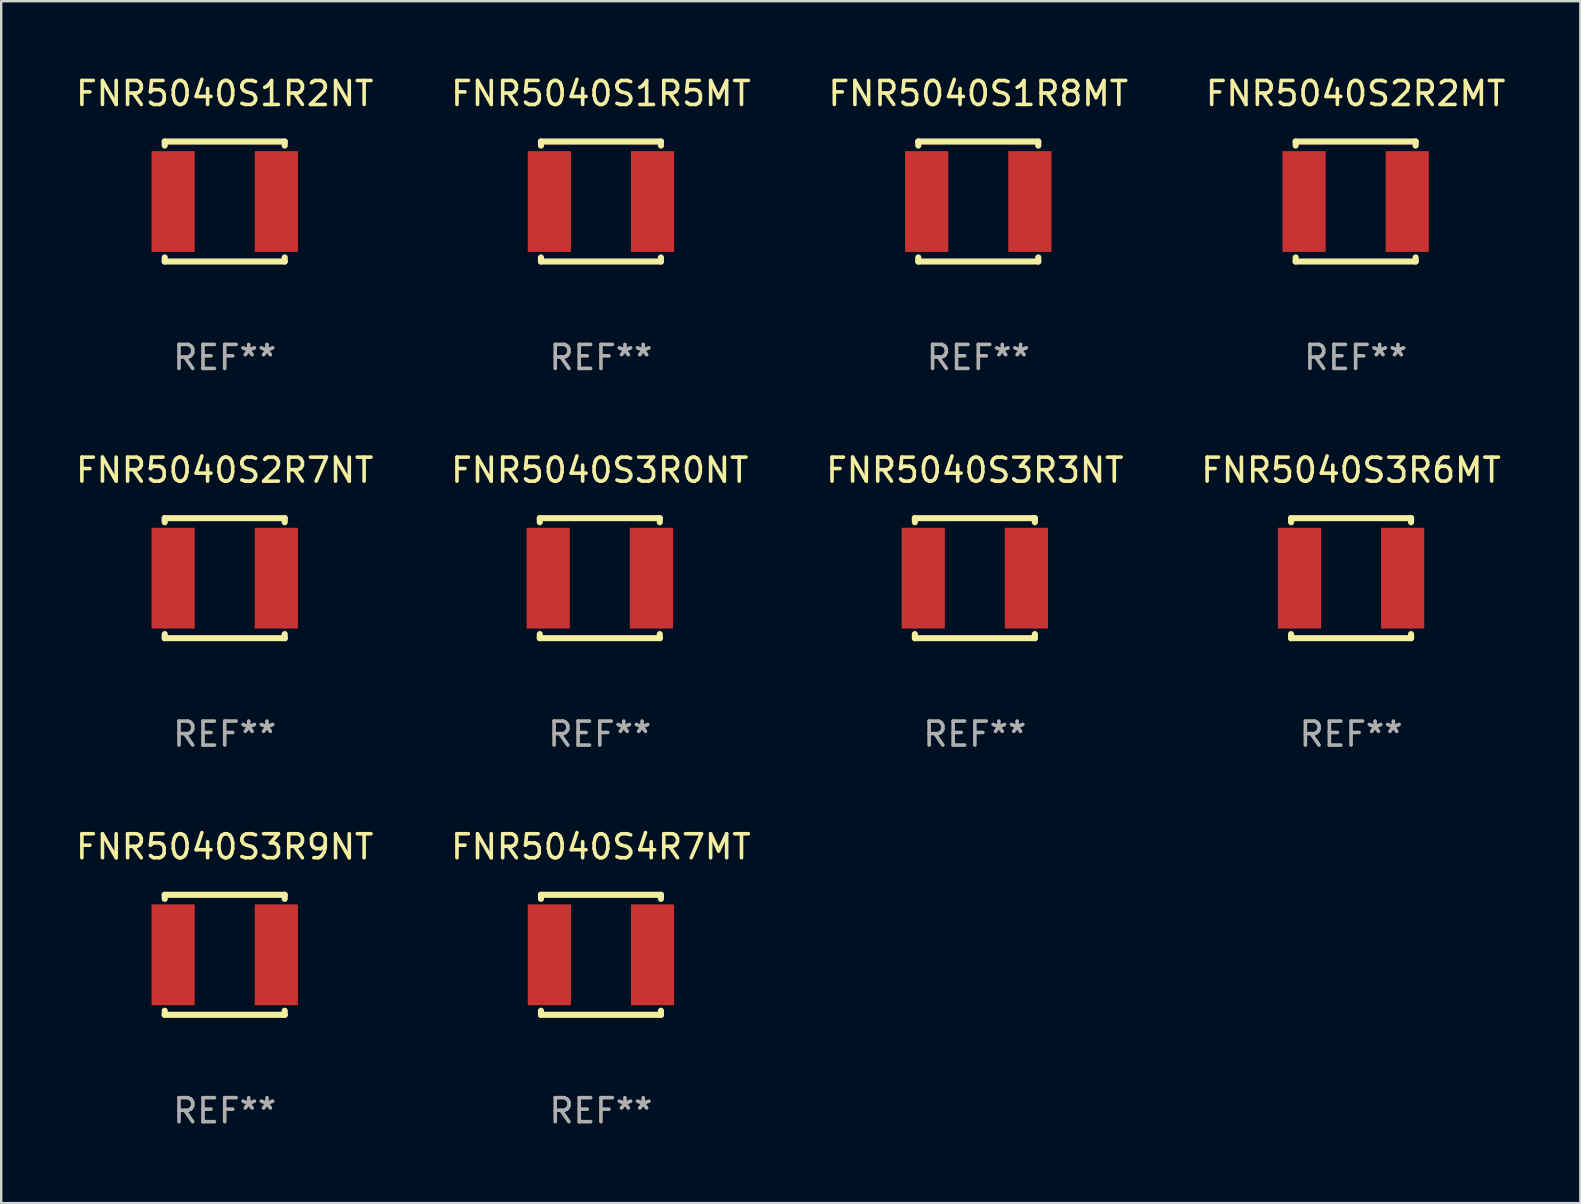
<source format=kicad_pcb>
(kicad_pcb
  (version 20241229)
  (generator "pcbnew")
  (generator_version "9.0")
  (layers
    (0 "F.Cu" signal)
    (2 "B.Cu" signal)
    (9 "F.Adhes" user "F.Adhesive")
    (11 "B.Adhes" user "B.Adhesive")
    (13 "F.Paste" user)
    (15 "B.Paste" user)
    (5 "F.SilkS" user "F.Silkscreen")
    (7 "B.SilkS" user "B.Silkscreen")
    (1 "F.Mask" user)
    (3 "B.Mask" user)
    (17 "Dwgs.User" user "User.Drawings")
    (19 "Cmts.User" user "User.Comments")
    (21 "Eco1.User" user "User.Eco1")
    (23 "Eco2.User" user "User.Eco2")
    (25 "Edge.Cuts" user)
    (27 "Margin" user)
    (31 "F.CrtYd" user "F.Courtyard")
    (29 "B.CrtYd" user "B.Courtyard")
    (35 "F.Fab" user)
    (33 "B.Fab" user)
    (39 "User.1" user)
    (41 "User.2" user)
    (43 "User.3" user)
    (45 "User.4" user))
  (footprint "FNR5040S1R5MT"
    (layer "F.Cu")
    (at 21.994 5.348)
    (property "Reference" "FNR5040S1R5MT" (at 0 -4.5 0) (layer "F.SilkS") (effects (font (size 1 1) (thickness 0.15))))
    (attr through_hole)
    (fp_line (start -2.5 -2.5) (end -2.5 -2.331) (stroke (width 0.254) (type solid)) (layer "F.SilkS"))
    (fp_line (start -2.5 -2.5) (end 2.5 -2.5) (stroke (width 0.254) (type solid)) (layer "F.SilkS"))
    (fp_line (start -2.5 2.331) (end -2.5 2.5) (stroke (width 0.254) (type solid)) (layer "F.SilkS"))
    (fp_line (start -2.5 2.5) (end 2.5 2.5) (stroke (width 0.254) (type solid)) (layer "F.SilkS"))
    (fp_line (start 2.5 -2.331) (end 2.5 -2.5) (stroke (width 0.254) (type solid)) (layer "F.SilkS"))
    (fp_line (start 2.5 2.5) (end 2.5 2.331) (stroke (width 0.254) (type solid)) (layer "F.SilkS"))
    (fp_circle (center -2.5 2.5) (end -2.47 2.5) (stroke (width 0.06) (type solid)) (fill no) (layer "F.SilkS"))
    (fp_text user "REF**" (at 0 6.5 0) (layer "F.Fab") (effects (font (size 1 1) (thickness 0.15))))
    (pad "1" smd rect (at -2.15 0) (size 1.8 4.2) (layers "F.Cu" "F.Mask" "F.Paste"))
    (pad "2" smd rect (at 2.15 0) (size 1.8 4.2) (layers "F.Cu" "F.Mask" "F.Paste")))
  (footprint "FNR5040S3R6MT"
    (layer "F.Cu")
    (at 53.256 21.045)
    (property "Reference" "FNR5040S3R6MT" (at 0 -4.5 0) (layer "F.SilkS") (effects (font (size 1 1) (thickness 0.15))))
    (attr through_hole)
    (fp_line (start -2.5 -2.5) (end -2.5 -2.331) (stroke (width 0.254) (type solid)) (layer "F.SilkS"))
    (fp_line (start -2.5 -2.5) (end 2.5 -2.5) (stroke (width 0.254) (type solid)) (layer "F.SilkS"))
    (fp_line (start -2.5 2.331) (end -2.5 2.5) (stroke (width 0.254) (type solid)) (layer "F.SilkS"))
    (fp_line (start -2.5 2.5) (end 2.5 2.5) (stroke (width 0.254) (type solid)) (layer "F.SilkS"))
    (fp_line (start 2.5 -2.331) (end 2.5 -2.5) (stroke (width 0.254) (type solid)) (layer "F.SilkS"))
    (fp_line (start 2.5 2.5) (end 2.5 2.331) (stroke (width 0.254) (type solid)) (layer "F.SilkS"))
    (fp_circle (center -2.5 2.5) (end -2.47 2.5) (stroke (width 0.06) (type solid)) (fill no) (layer "F.SilkS"))
    (fp_text user "REF**" (at 0 6.5 0) (layer "F.Fab") (effects (font (size 1 1) (thickness 0.15))))
    (pad "1" smd rect (at -2.15 0) (size 1.8 4.2) (layers "F.Cu" "F.Mask" "F.Paste"))
    (pad "2" smd rect (at 2.15 0) (size 1.8 4.2) (layers "F.Cu" "F.Mask" "F.Paste")))
  (footprint "FNR5040S1R8MT"
    (layer "F.Cu")
    (at 37.72 5.348)
    (property "Reference" "FNR5040S1R8MT" (at 0 -4.5 0) (layer "F.SilkS") (effects (font (size 1 1) (thickness 0.15))))
    (attr through_hole)
    (fp_line (start -2.5 -2.5) (end -2.5 -2.331) (stroke (width 0.254) (type solid)) (layer "F.SilkS"))
    (fp_line (start -2.5 -2.5) (end 2.5 -2.5) (stroke (width 0.254) (type solid)) (layer "F.SilkS"))
    (fp_line (start -2.5 2.331) (end -2.5 2.5) (stroke (width 0.254) (type solid)) (layer "F.SilkS"))
    (fp_line (start -2.5 2.5) (end 2.5 2.5) (stroke (width 0.254) (type solid)) (layer "F.SilkS"))
    (fp_line (start 2.5 -2.331) (end 2.5 -2.5) (stroke (width 0.254) (type solid)) (layer "F.SilkS"))
    (fp_line (start 2.5 2.5) (end 2.5 2.331) (stroke (width 0.254) (type solid)) (layer "F.SilkS"))
    (fp_circle (center -2.5 2.5) (end -2.47 2.5) (stroke (width 0.06) (type solid)) (fill no) (layer "F.SilkS"))
    (fp_text user "REF**" (at 0 6.5 0) (layer "F.Fab") (effects (font (size 1 1) (thickness 0.15))))
    (pad "1" smd rect (at -2.15 0) (size 1.8 4.2) (layers "F.Cu" "F.Mask" "F.Paste"))
    (pad "2" smd rect (at 2.15 0) (size 1.8 4.2) (layers "F.Cu" "F.Mask" "F.Paste")))
  (footprint "FNR5040S3R3NT"
    (layer "F.Cu")
    (at 37.577 21.045)
    (property "Reference" "FNR5040S3R3NT" (at 0 -4.5 0) (layer "F.SilkS") (effects (font (size 1 1) (thickness 0.15))))
    (attr through_hole)
    (fp_line (start -2.5 -2.5) (end -2.5 -2.331) (stroke (width 0.254) (type solid)) (layer "F.SilkS"))
    (fp_line (start -2.5 -2.5) (end 2.5 -2.5) (stroke (width 0.254) (type solid)) (layer "F.SilkS"))
    (fp_line (start -2.5 2.331) (end -2.5 2.5) (stroke (width 0.254) (type solid)) (layer "F.SilkS"))
    (fp_line (start -2.5 2.5) (end 2.5 2.5) (stroke (width 0.254) (type solid)) (layer "F.SilkS"))
    (fp_line (start 2.5 -2.331) (end 2.5 -2.5) (stroke (width 0.254) (type solid)) (layer "F.SilkS"))
    (fp_line (start 2.5 2.5) (end 2.5 2.331) (stroke (width 0.254) (type solid)) (layer "F.SilkS"))
    (fp_circle (center -2.5 2.5) (end -2.47 2.5) (stroke (width 0.06) (type solid)) (fill no) (layer "F.SilkS"))
    (fp_text user "REF**" (at 0 6.5 0) (layer "F.Fab") (effects (font (size 1 1) (thickness 0.15))))
    (pad "1" smd rect (at -2.15 0) (size 1.8 4.2) (layers "F.Cu" "F.Mask" "F.Paste"))
    (pad "2" smd rect (at 2.15 0) (size 1.8 4.2) (layers "F.Cu" "F.Mask" "F.Paste")))
  (footprint "FNR5040S2R2MT"
    (layer "F.Cu")
    (at 53.446 5.348)
    (property "Reference" "FNR5040S2R2MT" (at 0 -4.5 0) (layer "F.SilkS") (effects (font (size 1 1) (thickness 0.15))))
    (attr through_hole)
    (fp_line (start -2.5 -2.5) (end -2.5 -2.331) (stroke (width 0.254) (type solid)) (layer "F.SilkS"))
    (fp_line (start -2.5 -2.5) (end 2.5 -2.5) (stroke (width 0.254) (type solid)) (layer "F.SilkS"))
    (fp_line (start -2.5 2.331) (end -2.5 2.5) (stroke (width 0.254) (type solid)) (layer "F.SilkS"))
    (fp_line (start -2.5 2.5) (end 2.5 2.5) (stroke (width 0.254) (type solid)) (layer "F.SilkS"))
    (fp_line (start 2.5 -2.331) (end 2.5 -2.5) (stroke (width 0.254) (type solid)) (layer "F.SilkS"))
    (fp_line (start 2.5 2.5) (end 2.5 2.331) (stroke (width 0.254) (type solid)) (layer "F.SilkS"))
    (fp_circle (center -2.5 2.5) (end -2.47 2.5) (stroke (width 0.06) (type solid)) (fill no) (layer "F.SilkS"))
    (fp_text user "REF**" (at 0 6.5 0) (layer "F.Fab") (effects (font (size 1 1) (thickness 0.15))))
    (pad "1" smd rect (at -2.15 0) (size 1.8 4.2) (layers "F.Cu" "F.Mask" "F.Paste"))
    (pad "2" smd rect (at 2.15 0) (size 1.8 4.2) (layers "F.Cu" "F.Mask" "F.Paste")))
  (footprint "FNR5040S4R7MT"
    (layer "F.Cu")
    (at 21.994 36.741)
    (property "Reference" "FNR5040S4R7MT" (at 0 -4.5 0) (layer "F.SilkS") (effects (font (size 1 1) (thickness 0.15))))
    (attr through_hole)
    (fp_line (start -2.5 -2.5) (end -2.5 -2.331) (stroke (width 0.254) (type solid)) (layer "F.SilkS"))
    (fp_line (start -2.5 -2.5) (end 2.5 -2.5) (stroke (width 0.254) (type solid)) (layer "F.SilkS"))
    (fp_line (start -2.5 2.331) (end -2.5 2.5) (stroke (width 0.254) (type solid)) (layer "F.SilkS"))
    (fp_line (start -2.5 2.5) (end 2.5 2.5) (stroke (width 0.254) (type solid)) (layer "F.SilkS"))
    (fp_line (start 2.5 -2.331) (end 2.5 -2.5) (stroke (width 0.254) (type solid)) (layer "F.SilkS"))
    (fp_line (start 2.5 2.5) (end 2.5 2.331) (stroke (width 0.254) (type solid)) (layer "F.SilkS"))
    (fp_circle (center -2.5 2.5) (end -2.47 2.5) (stroke (width 0.06) (type solid)) (fill no) (layer "F.SilkS"))
    (fp_text user "REF**" (at 0 6.5 0) (layer "F.Fab") (effects (font (size 1 1) (thickness 0.15))))
    (pad "1" smd rect (at -2.15 0) (size 1.8 4.2) (layers "F.Cu" "F.Mask" "F.Paste"))
    (pad "2" smd rect (at 2.15 0) (size 1.8 4.2) (layers "F.Cu" "F.Mask" "F.Paste")))
  (footprint "FNR5040S2R7NT"
    (layer "F.Cu")
    (at 6.315 21.045)
    (property "Reference" "FNR5040S2R7NT" (at 0 -4.5 0) (layer "F.SilkS") (effects (font (size 1 1) (thickness 0.15))))
    (attr through_hole)
    (fp_line (start -2.5 -2.5) (end -2.5 -2.331) (stroke (width 0.254) (type solid)) (layer "F.SilkS"))
    (fp_line (start -2.5 -2.5) (end 2.5 -2.5) (stroke (width 0.254) (type solid)) (layer "F.SilkS"))
    (fp_line (start -2.5 2.331) (end -2.5 2.5) (stroke (width 0.254) (type solid)) (layer "F.SilkS"))
    (fp_line (start -2.5 2.5) (end 2.5 2.5) (stroke (width 0.254) (type solid)) (layer "F.SilkS"))
    (fp_line (start 2.5 -2.331) (end 2.5 -2.5) (stroke (width 0.254) (type solid)) (layer "F.SilkS"))
    (fp_line (start 2.5 2.5) (end 2.5 2.331) (stroke (width 0.254) (type solid)) (layer "F.SilkS"))
    (fp_circle (center -2.5 2.5) (end -2.47 2.5) (stroke (width 0.06) (type solid)) (fill no) (layer "F.SilkS"))
    (fp_text user "REF**" (at 0 6.5 0) (layer "F.Fab") (effects (font (size 1 1) (thickness 0.15))))
    (pad "1" smd rect (at -2.15 0) (size 1.8 4.2) (layers "F.Cu" "F.Mask" "F.Paste"))
    (pad "2" smd rect (at 2.15 0) (size 1.8 4.2) (layers "F.Cu" "F.Mask" "F.Paste")))
  (footprint "FNR5040S3R0NT"
    (layer "F.Cu")
    (at 21.946 21.045)
    (property "Reference" "FNR5040S3R0NT" (at 0 -4.5 0) (layer "F.SilkS") (effects (font (size 1 1) (thickness 0.15))))
    (attr through_hole)
    (fp_line (start -2.5 -2.5) (end -2.5 -2.331) (stroke (width 0.254) (type solid)) (layer "F.SilkS"))
    (fp_line (start -2.5 -2.5) (end 2.5 -2.5) (stroke (width 0.254) (type solid)) (layer "F.SilkS"))
    (fp_line (start -2.5 2.331) (end -2.5 2.5) (stroke (width 0.254) (type solid)) (layer "F.SilkS"))
    (fp_line (start -2.5 2.5) (end 2.5 2.5) (stroke (width 0.254) (type solid)) (layer "F.SilkS"))
    (fp_line (start 2.5 -2.331) (end 2.5 -2.5) (stroke (width 0.254) (type solid)) (layer "F.SilkS"))
    (fp_line (start 2.5 2.5) (end 2.5 2.331) (stroke (width 0.254) (type solid)) (layer "F.SilkS"))
    (fp_circle (center -2.5 2.5) (end -2.47 2.5) (stroke (width 0.06) (type solid)) (fill no) (layer "F.SilkS"))
    (fp_text user "REF**" (at 0 6.5 0) (layer "F.Fab") (effects (font (size 1 1) (thickness 0.15))))
    (pad "1" smd rect (at -2.15 0) (size 1.8 4.2) (layers "F.Cu" "F.Mask" "F.Paste"))
    (pad "2" smd rect (at 2.15 0) (size 1.8 4.2) (layers "F.Cu" "F.Mask" "F.Paste")))
  (footprint "FNR5040S1R2NT"
    (layer "F.Cu")
    (at 6.315 5.348)
    (property "Reference" "FNR5040S1R2NT" (at 0 -4.5 0) (layer "F.SilkS") (effects (font (size 1 1) (thickness 0.15))))
    (attr through_hole)
    (fp_line (start -2.5 -2.5) (end -2.5 -2.331) (stroke (width 0.254) (type solid)) (layer "F.SilkS"))
    (fp_line (start -2.5 -2.5) (end 2.5 -2.5) (stroke (width 0.254) (type solid)) (layer "F.SilkS"))
    (fp_line (start -2.5 2.331) (end -2.5 2.5) (stroke (width 0.254) (type solid)) (layer "F.SilkS"))
    (fp_line (start -2.5 2.5) (end 2.5 2.5) (stroke (width 0.254) (type solid)) (layer "F.SilkS"))
    (fp_line (start 2.5 -2.331) (end 2.5 -2.5) (stroke (width 0.254) (type solid)) (layer "F.SilkS"))
    (fp_line (start 2.5 2.5) (end 2.5 2.331) (stroke (width 0.254) (type solid)) (layer "F.SilkS"))
    (fp_circle (center -2.5 2.5) (end -2.47 2.5) (stroke (width 0.06) (type solid)) (fill no) (layer "F.SilkS"))
    (fp_text user "REF**" (at 0 6.5 0) (layer "F.Fab") (effects (font (size 1 1) (thickness 0.15))))
    (pad "1" smd rect (at -2.15 0) (size 1.8 4.2) (layers "F.Cu" "F.Mask" "F.Paste"))
    (pad "2" smd rect (at 2.15 0) (size 1.8 4.2) (layers "F.Cu" "F.Mask" "F.Paste")))
  (footprint "FNR5040S3R9NT"
    (layer "F.Cu")
    (at 6.315 36.741)
    (property "Reference" "FNR5040S3R9NT" (at 0 -4.5 0) (layer "F.SilkS") (effects (font (size 1 1) (thickness 0.15))))
    (attr through_hole)
    (fp_line (start -2.5 -2.5) (end -2.5 -2.331) (stroke (width 0.254) (type solid)) (layer "F.SilkS"))
    (fp_line (start -2.5 -2.5) (end 2.5 -2.5) (stroke (width 0.254) (type solid)) (layer "F.SilkS"))
    (fp_line (start -2.5 2.331) (end -2.5 2.5) (stroke (width 0.254) (type solid)) (layer "F.SilkS"))
    (fp_line (start -2.5 2.5) (end 2.5 2.5) (stroke (width 0.254) (type solid)) (layer "F.SilkS"))
    (fp_line (start 2.5 -2.331) (end 2.5 -2.5) (stroke (width 0.254) (type solid)) (layer "F.SilkS"))
    (fp_line (start 2.5 2.5) (end 2.5 2.331) (stroke (width 0.254) (type solid)) (layer "F.SilkS"))
    (fp_circle (center -2.5 2.5) (end -2.47 2.5) (stroke (width 0.06) (type solid)) (fill no) (layer "F.SilkS"))
    (fp_text user "REF**" (at 0 6.5 0) (layer "F.Fab") (effects (font (size 1 1) (thickness 0.15))))
    (pad "1" smd rect (at -2.15 0) (size 1.8 4.2) (layers "F.Cu" "F.Mask" "F.Paste"))
    (pad "2" smd rect (at 2.15 0) (size 1.8 4.2) (layers "F.Cu" "F.Mask" "F.Paste")))
  (gr_rect
    (start -3 -3)
    (end 62.81 47.09)
    (stroke (width 0.1) (type default))
    (fill no)
    (layer "Edge.Cuts")))
</source>
